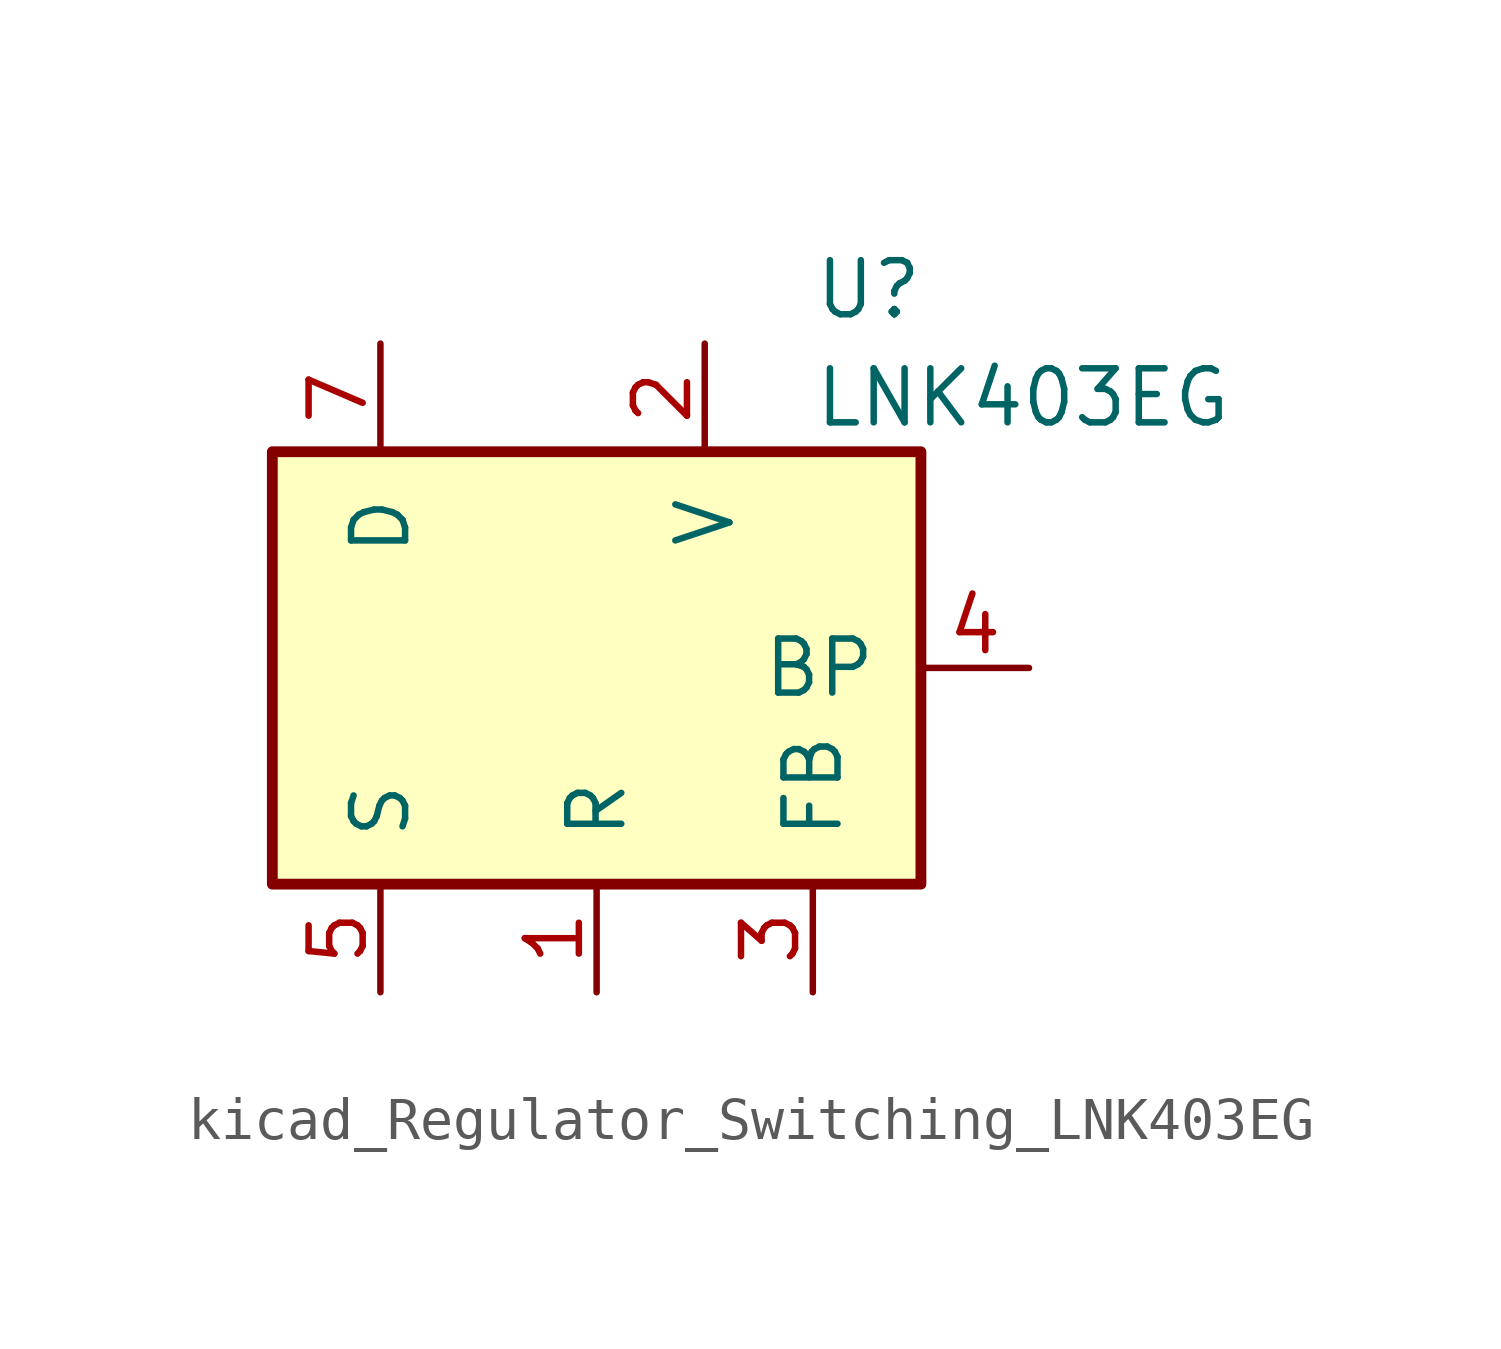
<source format=kicad_sym>
(kicad_symbol_lib
  (version 20220914)
  (generator kicad_symbol_editor)
  (symbol "kicad_Regulator_Switching_LNK403EG"
    (pin_names
      (offset 1.016))
    (property "Reference" "U"
      (at 5.08 8.89 0)
      (effects (font (size 1.27 1.27)) (justify left)))
    (property "Value" "LNK403EG"
      (at 5.08 6.35 0)
      (effects (font (size 1.27 1.27)) (justify left)))
    (symbol "kicad_Regulator_Switching_LNK403EG_0_1"
      (rectangle (start -7.62 5.08) (end 7.62 -5.08) (stroke (width 0.254) (type default)) (fill (type background))))
    (symbol "kicad_Regulator_Switching_LNK403EG_1_1"
      (pin input line (at 0 -7.62 90) (length 2.54) (name "R" (effects (font (size 1.27 1.27)))) (number "1" (effects (font (size 1.27 1.27)))))
      (pin input line (at 2.54 7.62 270) (length 2.54) (name "V" (effects (font (size 1.27 1.27)))) (number "2" (effects (font (size 1.27 1.27)))))
      (pin input line (at 5.08 -7.62 90) (length 2.54) (name "FB" (effects (font (size 1.27 1.27)))) (number "3" (effects (font (size 1.27 1.27)))))
      (pin input line (at 10.16 0 180) (length 2.54) (name "BP" (effects (font (size 1.27 1.27)))) (number "4" (effects (font (size 1.27 1.27)))))
      (pin power_in line (at -5.08 -7.62 90) (length 2.54) (name "S" (effects (font (size 1.27 1.27)))) (number "5" (effects (font (size 1.27 1.27)))))
      (pin open_collector line (at -5.08 7.62 270) (length 2.54) (name "D" (effects (font (size 1.27 1.27)))) (number "7" (effects (font (size 1.27 1.27))))))))
</source>
